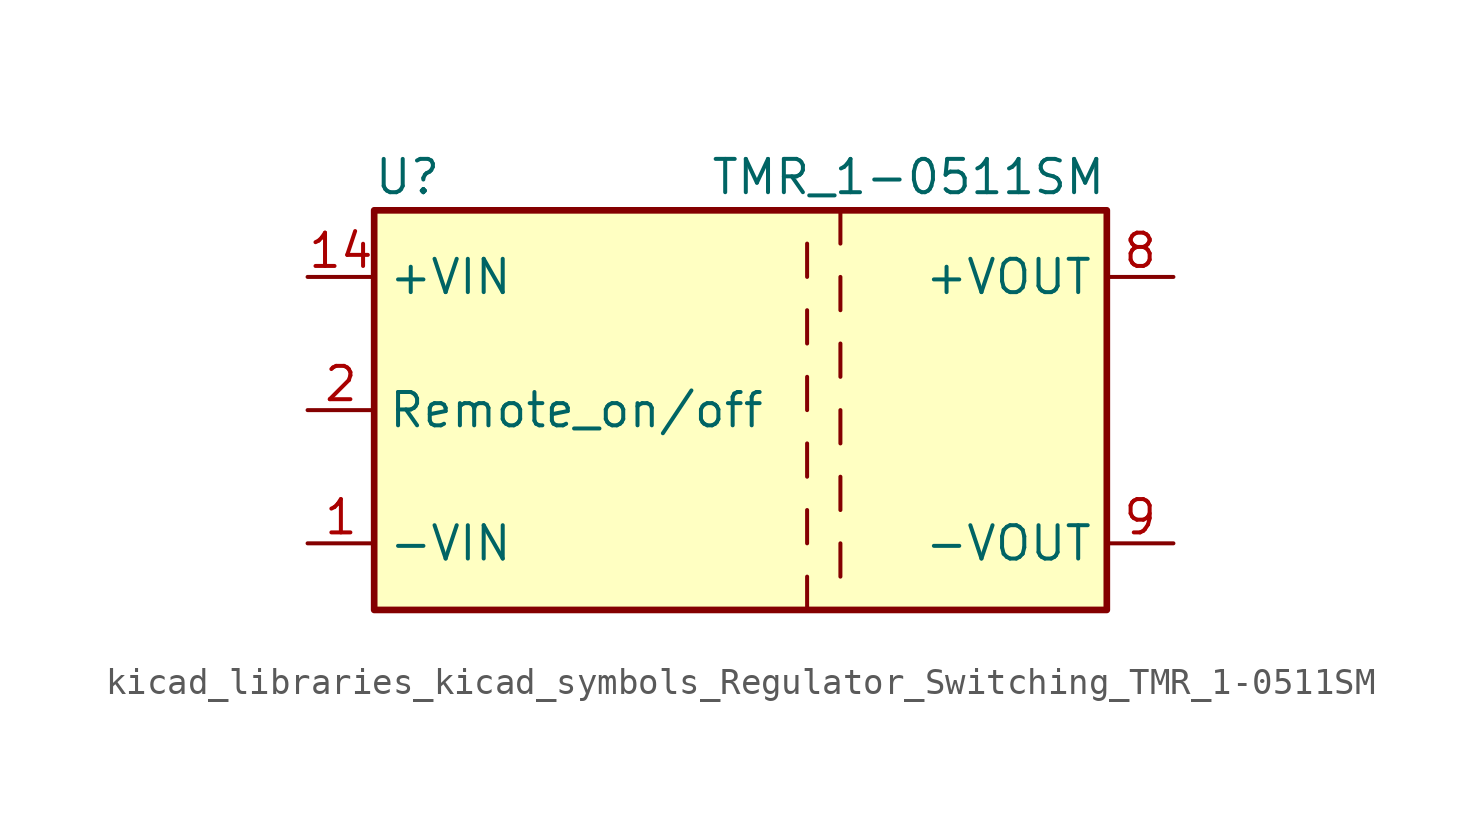
<source format=kicad_sym>
(kicad_symbol_lib
  (version 20220914)
  (generator kicad_symbol_editor)
  (symbol "kicad_libraries_kicad_symbols_Regulator_Switching_TMR_1-0511SM"
    (property "Reference" "U"
      (at -16.51 8.89 0)
      (effects (font (size 1.27 1.27))))
    (property "Value" "TMR_1-0511SM"
      (at 10.16 8.89 0)
      (effects (font (size 1.27 1.27)) (justify right)))
    (symbol "kicad_libraries_kicad_symbols_Regulator_Switching_TMR_1-0511SM_0_1"
      (rectangle (start -17.78 7.62) (end 10.16 -7.62) (stroke (width 0.254) (type default)) (fill (type background)))
      (polyline (pts (xy -1.27 -6.35) (xy -1.27 -7.62)) (stroke (width 0) (type default)) (fill (type none)))
      (polyline (pts (xy -1.27 -3.81) (xy -1.27 -5.08)) (stroke (width 0) (type default)) (fill (type none)))
      (polyline (pts (xy -1.27 -1.27) (xy -1.27 -2.54)) (stroke (width 0) (type default)) (fill (type none)))
      (polyline (pts (xy -1.27 1.27) (xy -1.27 0)) (stroke (width 0) (type default)) (fill (type none)))
      (polyline (pts (xy -1.27 3.81) (xy -1.27 2.54)) (stroke (width 0) (type default)) (fill (type none)))
      (polyline (pts (xy -1.27 6.35) (xy -1.27 5.08)) (stroke (width 0) (type default)) (fill (type none)))
      (polyline (pts (xy 0 -5.08) (xy 0 -6.35)) (stroke (width 0) (type default)) (fill (type none)))
      (polyline (pts (xy 0 -2.54) (xy 0 -3.81)) (stroke (width 0) (type default)) (fill (type none)))
      (polyline (pts (xy 0 0) (xy 0 -1.27)) (stroke (width 0) (type default)) (fill (type none)))
      (polyline (pts (xy 0 2.54) (xy 0 1.27)) (stroke (width 0) (type default)) (fill (type none)))
      (polyline (pts (xy 0 5.08) (xy 0 3.81)) (stroke (width 0) (type default)) (fill (type none)))
      (polyline (pts (xy 0 7.62) (xy 0 6.35)) (stroke (width 0) (type default)) (fill (type none))))
    (symbol "kicad_libraries_kicad_symbols_Regulator_Switching_TMR_1-0511SM_1_1"
      (pin power_in line (at -20.32 -5.08 0) (length 2.54) (name "-VIN" (effects (font (size 1.27 1.27)))) (number "1" (effects (font (size 1.27 1.27)))))
      (pin power_in line (at -20.32 5.08 0) (length 2.54) (name "+VIN" (effects (font (size 1.27 1.27)))) (number "14" (effects (font (size 1.27 1.27)))))
      (pin input line (at -20.32 0 0) (length 2.54) (name "Remote_on/off" (effects (font (size 1.27 1.27)))) (number "2" (effects (font (size 1.27 1.27)))))
      (pin no_connect line (at 10.16 2.54 180) (length 2.54) hide (name "NC" (effects (font (size 1.27 1.27)))) (number "6" (effects (font (size 1.27 1.27)))))
      (pin no_connect line (at 10.16 -2.54 180) (length 2.54) hide (name "NC" (effects (font (size 1.27 1.27)))) (number "7" (effects (font (size 1.27 1.27)))))
      (pin power_out line (at 12.7 5.08 180) (length 2.54) (name "+VOUT" (effects (font (size 1.27 1.27)))) (number "8" (effects (font (size 1.27 1.27)))))
      (pin power_out line (at 12.7 -5.08 180) (length 2.54) (name "-VOUT" (effects (font (size 1.27 1.27)))) (number "9" (effects (font (size 1.27 1.27))))))))
</source>
